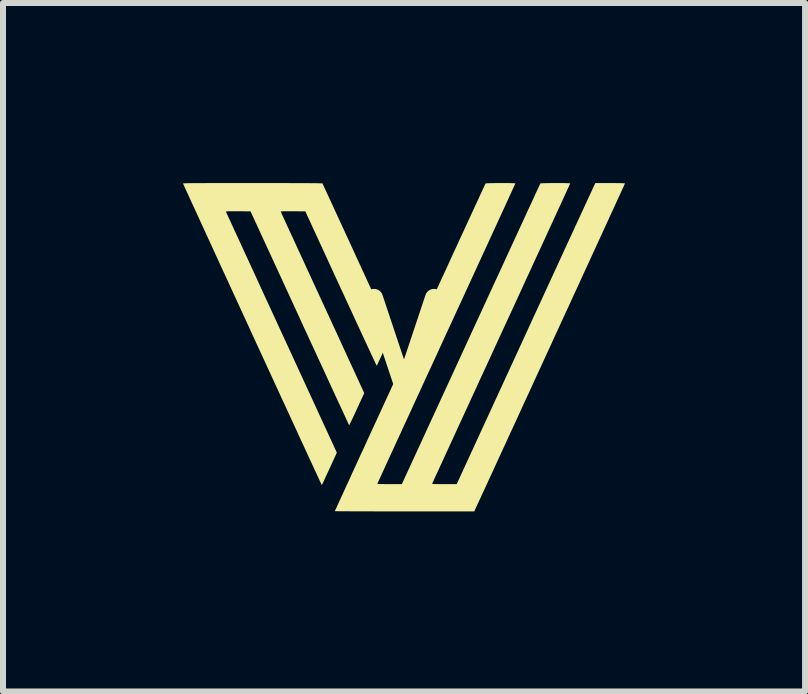
<source format=kicad_pcb>
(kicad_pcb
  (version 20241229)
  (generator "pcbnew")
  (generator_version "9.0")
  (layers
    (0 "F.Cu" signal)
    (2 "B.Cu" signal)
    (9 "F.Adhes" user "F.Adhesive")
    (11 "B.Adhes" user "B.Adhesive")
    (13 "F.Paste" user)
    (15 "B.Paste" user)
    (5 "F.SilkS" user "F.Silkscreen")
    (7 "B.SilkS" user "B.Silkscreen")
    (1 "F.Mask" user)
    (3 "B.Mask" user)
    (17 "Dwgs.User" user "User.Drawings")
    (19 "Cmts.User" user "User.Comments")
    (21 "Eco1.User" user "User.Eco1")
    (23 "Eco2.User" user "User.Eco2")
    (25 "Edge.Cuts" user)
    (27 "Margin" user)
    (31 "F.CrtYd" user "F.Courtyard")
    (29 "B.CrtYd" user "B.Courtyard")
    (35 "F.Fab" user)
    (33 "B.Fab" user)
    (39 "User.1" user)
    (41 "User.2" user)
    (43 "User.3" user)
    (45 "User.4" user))
  (footprint "V"
    (layer "F.Cu")
    (at 3.681 2.735)
    (property "Reference" "V" (at 0 0 0) (layer "F.SilkS") (effects (font (size 1.5 1.5) (thickness 0.3))))
    (attr board_only exclude_from_pos_files exclude_from_bom)
    (fp_poly (pts (xy -2.393 -2.735) (xy -2.273 -2.735) (xy -2.161 -2.735) (xy -2.058 -2.735) (xy -1.964 -2.735) (xy -1.878 -2.734) (xy -1.8 -2.734) (xy -1.729 -2.734) (xy -1.666 -2.734) (xy -1.61 -2.734) (xy -1.56 -2.733) (xy -1.517 -2.733) (xy -1.479 -2.733) (xy -1.447 -2.732) (xy -1.421 -2.732) (xy -1.4 -2.731) (xy -1.384 -2.731) (xy -1.372 -2.73) (xy -1.364 -2.73) (xy -1.36 -2.729) (xy -1.359 -2.729) (xy -1.356 -2.724) (xy -1.35 -2.71) (xy -1.34 -2.689) (xy -1.327 -2.66) (xy -1.31 -2.624) (xy -1.29 -2.581) (xy -1.267 -2.532) (xy -1.242 -2.477) (xy -1.214 -2.417) (xy -1.184 -2.352) (xy -1.152 -2.282) (xy -1.118 -2.208) (xy -1.082 -2.13) (xy -1.045 -2.05) (xy -1.006 -1.966) (xy -0.967 -1.88) (xy -0.926 -1.792) (xy -0.885 -1.703) (xy -0.843 -1.612) (xy -0.802 -1.521) (xy -0.76 -1.43) (xy -0.718 -1.339) (xy -0.676 -1.248) (xy -0.635 -1.159) (xy -0.595 -1.071) (xy -0.555 -0.985) (xy -0.517 -0.902) (xy -0.48 -0.821) (xy -0.444 -0.744) (xy -0.411 -0.67) (xy -0.379 -0.601) (xy -0.349 -0.536) (xy -0.322 -0.476) (xy -0.297 -0.421) (xy -0.274 -0.372) (xy -0.255 -0.33) (xy -0.239 -0.294) (xy -0.226 -0.266) (xy -0.216 -0.245) (xy -0.21 -0.232) (xy -0.209 -0.227) (xy -0.211 -0.222) (xy -0.216 -0.209) (xy -0.225 -0.189) (xy -0.237 -0.163) (xy -0.251 -0.132) (xy -0.267 -0.096) (xy -0.284 -0.058) (xy -0.303 -0.017) (xy -0.322 0.025) (xy -0.341 0.067) (xy -0.361 0.109) (xy -0.379 0.149) (xy -0.397 0.187) (xy -0.413 0.222) (xy -0.427 0.252) (xy -0.438 0.276) (xy -0.447 0.295) (xy -0.452 0.306) (xy -0.454 0.309) (xy -0.456 0.305) (xy -0.463 0.292) (xy -0.473 0.272) (xy -0.486 0.243) (xy -0.503 0.207) (xy -0.523 0.164) (xy -0.547 0.114) (xy -0.573 0.057) (xy -0.602 -0.005) (xy -0.634 -0.074) (xy -0.668 -0.147) (xy -0.705 -0.226) (xy -0.743 -0.31) (xy -0.784 -0.397) (xy -0.826 -0.489) (xy -0.87 -0.585) (xy -0.916 -0.684) (xy -0.963 -0.785) (xy -1.011 -0.89) (xy -1.051 -0.975) (xy -1.644 -2.264) (xy -1.85 -2.265) (xy -1.902 -2.265) (xy -1.945 -2.265) (xy -1.98 -2.265) (xy -2.007 -2.265) (xy -2.027 -2.264) (xy -2.041 -2.263) (xy -2.05 -2.262) (xy -2.054 -2.261) (xy -2.055 -2.26) (xy -2.052 -2.255) (xy -2.046 -2.242) (xy -2.036 -2.22) (xy -2.023 -2.191) (xy -2.006 -2.153) (xy -1.985 -2.109) (xy -1.962 -2.058) (xy -1.935 -2) (xy -1.906 -1.936) (xy -1.873 -1.866) (xy -1.838 -1.79) (xy -1.801 -1.709) (xy -1.762 -1.623) (xy -1.72 -1.533) (xy -1.676 -1.438) (xy -1.631 -1.339) (xy -1.584 -1.237) (xy -1.535 -1.131) (xy -1.485 -1.022) (xy -1.433 -0.91) (xy -1.381 -0.796) (xy -1.365 -0.762) (xy -1.312 -0.647) (xy -1.26 -0.535) (xy -1.21 -0.425) (xy -1.16 -0.318) (xy -1.112 -0.214) (xy -1.066 -0.113) (xy -1.022 -0.017) (xy -0.979 0.076) (xy -0.939 0.164) (xy -0.901 0.247) (xy -0.865 0.324) (xy -0.831 0.397) (xy -0.801 0.463) (xy -0.773 0.524) (xy -0.748 0.578) (xy -0.727 0.625) (xy -0.708 0.665) (xy -0.693 0.698) (xy -0.682 0.722) (xy -0.674 0.739) (xy -0.671 0.747) (xy -0.67 0.748) (xy -0.663 0.766) (xy -0.787 1.035) (xy -0.809 1.083) (xy -0.83 1.128) (xy -0.849 1.169) (xy -0.867 1.206) (xy -0.882 1.238) (xy -0.895 1.264) (xy -0.905 1.284) (xy -0.911 1.296) (xy -0.914 1.3) (xy -0.914 1.3) (xy -0.917 1.295) (xy -0.923 1.282) (xy -0.933 1.261) (xy -0.946 1.231) (xy -0.964 1.194) (xy -0.984 1.149) (xy -1.008 1.098) (xy -1.035 1.039) (xy -1.065 0.974) (xy -1.098 0.903) (xy -1.134 0.826) (xy -1.172 0.744) (xy -1.212 0.656) (xy -1.255 0.563) (xy -1.3 0.465) (xy -1.347 0.363) (xy -1.396 0.257) (xy -1.447 0.147) (xy -1.499 0.033) (xy -1.553 -0.083) (xy -1.608 -0.203) (xy -1.665 -0.325) (xy -1.722 -0.45) (xy -1.737 -0.484) (xy -2.557 -2.264) (xy -2.764 -2.265) (xy -2.816 -2.265) (xy -2.859 -2.265) (xy -2.893 -2.265) (xy -2.92 -2.265) (xy -2.941 -2.264) (xy -2.955 -2.263) (xy -2.963 -2.262) (xy -2.967 -2.261) (xy -2.968 -2.26) (xy -2.966 -2.255) (xy -2.96 -2.242) (xy -2.95 -2.22) (xy -2.936 -2.19) (xy -2.919 -2.153) (xy -2.898 -2.108) (xy -2.874 -2.056) (xy -2.847 -1.997) (xy -2.817 -1.931) (xy -2.783 -1.859) (xy -2.747 -1.781) (xy -2.709 -1.697) (xy -2.668 -1.608) (xy -2.624 -1.513) (xy -2.578 -1.413) (xy -2.53 -1.309) (xy -2.48 -1.201) (xy -2.429 -1.088) (xy -2.375 -0.971) (xy -2.32 -0.851) (xy -2.263 -0.728) (xy -2.205 -0.602) (xy -2.145 -0.473) (xy -2.085 -0.341) (xy -2.042 -0.249) (xy -1.119 1.757) (xy -1.243 2.027) (xy -1.265 2.075) (xy -1.286 2.12) (xy -1.306 2.162) (xy -1.323 2.2) (xy -1.338 2.233) (xy -1.351 2.26) (xy -1.36 2.28) (xy -1.367 2.293) (xy -1.369 2.299) (xy -1.369 2.299) (xy -1.371 2.294) (xy -1.377 2.281) (xy -1.387 2.26) (xy -1.401 2.231) (xy -1.418 2.193) (xy -1.439 2.148) (xy -1.463 2.096) (xy -1.491 2.037) (xy -1.521 1.97) (xy -1.555 1.898) (xy -1.592 1.818) (xy -1.631 1.733) (xy -1.673 1.641) (xy -1.718 1.545) (xy -1.765 1.442) (xy -1.814 1.335) (xy -1.866 1.222) (xy -1.92 1.105) (xy -1.976 0.984) (xy -2.034 0.859) (xy -2.093 0.729) (xy -2.155 0.596) (xy -2.217 0.46) (xy -2.282 0.32) (xy -2.347 0.178) (xy -2.414 0.033) (xy -2.482 -0.114) (xy -2.525 -0.208) (xy -2.593 -0.357) (xy -2.661 -0.504) (xy -2.727 -0.648) (xy -2.792 -0.79) (xy -2.856 -0.928) (xy -2.918 -1.064) (xy -2.979 -1.196) (xy -3.038 -1.324) (xy -3.095 -1.448) (xy -3.15 -1.568) (xy -3.203 -1.684) (xy -3.254 -1.795) (xy -3.303 -1.901) (xy -3.349 -2.002) (xy -3.393 -2.097) (xy -3.434 -2.187) (xy -3.472 -2.27) (xy -3.508 -2.348) (xy -3.541 -2.419) (xy -3.57 -2.483) (xy -3.596 -2.54) (xy -3.619 -2.59) (xy -3.639 -2.633) (xy -3.655 -2.668) (xy -3.667 -2.695) (xy -3.676 -2.714) (xy -3.68 -2.724) (xy -3.681 -2.726) (xy -3.681 -2.727) (xy -3.68 -2.728) (xy -3.678 -2.729) (xy -3.675 -2.729) (xy -3.67 -2.73) (xy -3.662 -2.731) (xy -3.652 -2.731) (xy -3.639 -2.732) (xy -3.623 -2.732) (xy -3.603 -2.733) (xy -3.579 -2.733) (xy -3.55 -2.733) (xy -3.517 -2.734) (xy -3.478 -2.734) (xy -3.434 -2.734) (xy -3.384 -2.734) (xy -3.328 -2.734) (xy -3.266 -2.735) (xy -3.196 -2.735) (xy -3.119 -2.735) (xy -3.035 -2.735) (xy -2.942 -2.735) (xy -2.841 -2.735) (xy -2.731 -2.735) (xy -2.612 -2.735) (xy -2.524 -2.735)) (stroke (width 0) (type solid)) (fill yes) (layer "F.SilkS"))
    (fp_poly (pts (xy 1.666 -2.735) (xy 1.706 -2.735) (xy 1.744 -2.735) (xy 1.778 -2.734) (xy 1.808 -2.733) (xy 1.831 -2.732) (xy 1.847 -2.731) (xy 1.855 -2.73) (xy 1.856 -2.73) (xy 1.854 -2.725) (xy 1.848 -2.712) (xy 1.838 -2.69) (xy 1.824 -2.66) (xy 1.807 -2.622) (xy 1.786 -2.577) (xy 1.762 -2.525) (xy 1.735 -2.465) (xy 1.704 -2.398) (xy 1.671 -2.325) (xy 1.634 -2.245) (xy 1.595 -2.16) (xy 1.553 -2.068) (xy 1.508 -1.971) (xy 1.461 -1.868) (xy 1.412 -1.761) (xy 1.36 -1.648) (xy 1.306 -1.531) (xy 1.25 -1.41) (xy 1.192 -1.284) (xy 1.133 -1.155) (xy 1.072 -1.022) (xy 1.009 -0.885) (xy 0.945 -0.746) (xy 0.879 -0.604) (xy 0.813 -0.459) (xy 0.745 -0.312) (xy 0.707 -0.23) (xy 0.639 -0.082) (xy 0.572 0.064) (xy 0.506 0.208) (xy 0.441 0.349) (xy 0.377 0.487) (xy 0.315 0.622) (xy 0.255 0.754) (xy 0.196 0.881) (xy 0.139 1.005) (xy 0.084 1.125) (xy 0.031 1.24) (xy -0.02 1.35) (xy -0.068 1.456) (xy -0.115 1.556) (xy -0.158 1.651) (xy -0.199 1.74) (xy -0.237 1.823) (xy -0.273 1.9) (xy -0.305 1.97) (xy -0.334 2.034) (xy -0.36 2.091) (xy -0.383 2.14) (xy -0.402 2.182) (xy -0.418 2.217) (xy -0.43 2.243) (xy -0.438 2.261) (xy -0.443 2.271) (xy -0.443 2.272) (xy -0.443 2.274) (xy -0.442 2.276) (xy -0.438 2.277) (xy -0.43 2.278) (xy -0.419 2.279) (xy -0.402 2.28) (xy -0.38 2.28) (xy -0.351 2.28) (xy -0.314 2.281) (xy -0.269 2.281) (xy -0.241 2.281) (xy -0.036 2.281) (xy 1.116 -0.221) (xy 1.184 -0.37) (xy 1.252 -0.516) (xy 1.318 -0.66) (xy 1.383 -0.801) (xy 1.447 -0.94) (xy 1.509 -1.075) (xy 1.57 -1.206) (xy 1.629 -1.334) (xy 1.686 -1.458) (xy 1.741 -1.578) (xy 1.794 -1.693) (xy 1.845 -1.804) (xy 1.894 -1.91) (xy 1.94 -2.01) (xy 1.984 -2.105) (xy 2.025 -2.194) (xy 2.063 -2.278) (xy 2.099 -2.355) (xy 2.132 -2.425) (xy 2.161 -2.489) (xy 2.187 -2.546) (xy 2.21 -2.596) (xy 2.23 -2.638) (xy 2.246 -2.672) (xy 2.258 -2.699) (xy 2.267 -2.717) (xy 2.271 -2.727) (xy 2.272 -2.729) (xy 2.278 -2.73) (xy 2.292 -2.731) (xy 2.314 -2.732) (xy 2.342 -2.733) (xy 2.375 -2.734) (xy 2.412 -2.734) (xy 2.452 -2.735) (xy 2.494 -2.735) (xy 2.537 -2.735) (xy 2.579 -2.735) (xy 2.619 -2.735) (xy 2.657 -2.735) (xy 2.692 -2.734) (xy 2.721 -2.733) (xy 2.744 -2.733) (xy 2.76 -2.731) (xy 2.768 -2.73) (xy 2.769 -2.73) (xy 2.767 -2.725) (xy 2.761 -2.712) (xy 2.751 -2.69) (xy 2.738 -2.66) (xy 2.72 -2.623) (xy 2.7 -2.577) (xy 2.676 -2.525) (xy 2.648 -2.465) (xy 2.618 -2.398) (xy 2.584 -2.325) (xy 2.547 -2.245) (xy 2.508 -2.16) (xy 2.466 -2.068) (xy 2.421 -1.971) (xy 2.374 -1.868) (xy 2.325 -1.761) (xy 2.273 -1.648) (xy 2.219 -1.531) (xy 2.163 -1.41) (xy 2.106 -1.284) (xy 2.046 -1.155) (xy 1.985 -1.022) (xy 1.922 -0.885) (xy 1.858 -0.746) (xy 1.793 -0.604) (xy 1.726 -0.459) (xy 1.658 -0.312) (xy 1.621 -0.231) (xy 1.552 -0.082) (xy 1.485 0.064) (xy 1.419 0.208) (xy 1.354 0.349) (xy 1.29 0.487) (xy 1.228 0.622) (xy 1.168 0.753) (xy 1.109 0.881) (xy 1.052 1.005) (xy 0.997 1.125) (xy 0.944 1.24) (xy 0.893 1.35) (xy 0.845 1.456) (xy 0.799 1.556) (xy 0.755 1.651) (xy 0.714 1.74) (xy 0.676 1.823) (xy 0.641 1.9) (xy 0.608 1.97) (xy 0.579 2.034) (xy 0.553 2.091) (xy 0.53 2.14) (xy 0.511 2.182) (xy 0.495 2.217) (xy 0.483 2.243) (xy 0.475 2.261) (xy 0.471 2.271) (xy 0.47 2.272) (xy 0.47 2.274) (xy 0.471 2.276) (xy 0.475 2.277) (xy 0.483 2.278) (xy 0.494 2.279) (xy 0.511 2.28) (xy 0.533 2.28) (xy 0.562 2.28) (xy 0.599 2.281) (xy 0.644 2.281) (xy 0.673 2.281) (xy 0.878 2.281) (xy 2.027 -0.216) (xy 2.095 -0.365) (xy 2.162 -0.511) (xy 2.229 -0.655) (xy 2.294 -0.796) (xy 2.357 -0.934) (xy 2.419 -1.069) (xy 2.48 -1.201) (xy 2.539 -1.329) (xy 2.596 -1.453) (xy 2.651 -1.573) (xy 2.704 -1.688) (xy 2.755 -1.799) (xy 2.804 -1.904) (xy 2.85 -2.005) (xy 2.894 -2.1) (xy 2.935 -2.189) (xy 2.974 -2.272) (xy 3.009 -2.35) (xy 3.042 -2.42) (xy 3.071 -2.484) (xy 3.098 -2.541) (xy 3.121 -2.591) (xy 3.14 -2.633) (xy 3.156 -2.668) (xy 3.168 -2.694) (xy 3.177 -2.712) (xy 3.182 -2.722) (xy 3.182 -2.724) (xy 3.189 -2.735) (xy 3.436 -2.735) (xy 3.5 -2.735) (xy 3.554 -2.734) (xy 3.598 -2.734) (xy 3.633 -2.733) (xy 3.659 -2.732) (xy 3.675 -2.731) (xy 3.682 -2.73) (xy 3.682 -2.73) (xy 3.68 -2.725) (xy 3.674 -2.712) (xy 3.665 -2.691) (xy 3.651 -2.661) (xy 3.634 -2.624) (xy 3.614 -2.58) (xy 3.59 -2.528) (xy 3.563 -2.469) (xy 3.533 -2.404) (xy 3.501 -2.333) (xy 3.465 -2.256) (xy 3.427 -2.173) (xy 3.387 -2.085) (xy 3.344 -1.992) (xy 3.299 -1.893) (xy 3.252 -1.791) (xy 3.203 -1.684) (xy 3.152 -1.574) (xy 3.1 -1.459) (xy 3.046 -1.342) (xy 2.99 -1.221) (xy 2.934 -1.098) (xy 2.876 -0.972) (xy 2.817 -0.845) (xy 2.758 -0.715) (xy 2.697 -0.584) (xy 2.636 -0.451) (xy 2.575 -0.318) (xy 2.513 -0.184) (xy 2.452 -0.049) (xy 2.39 0.085) (xy 2.328 0.22) (xy 2.267 0.353) (xy 2.205 0.486) (xy 2.145 0.618) (xy 2.085 0.749) (xy 2.025 0.878) (xy 1.967 1.005) (xy 1.91 1.129) (xy 1.854 1.252) (xy 1.799 1.371) (xy 1.745 1.487) (xy 1.694 1.6) (xy 1.643 1.709) (xy 1.595 1.814) (xy 1.549 1.914) (xy 1.505 2.01) (xy 1.463 2.102) (xy 1.423 2.188) (xy 1.386 2.268) (xy 1.352 2.343) (xy 1.32 2.411) (xy 1.291 2.474) (xy 1.266 2.529) (xy 1.243 2.578) (xy 1.224 2.619) (xy 1.208 2.653) (xy 1.196 2.679) (xy 1.193 2.687) (xy 1.171 2.735) (xy 0.009 2.735) (xy -0.097 2.735) (xy -0.2 2.735) (xy -0.3 2.735) (xy -0.397 2.735) (xy -0.49 2.735) (xy -0.578 2.734) (xy -0.662 2.734) (xy -0.741 2.734) (xy -0.814 2.734) (xy -0.881 2.734) (xy -0.942 2.733) (xy -0.996 2.733) (xy -1.043 2.733) (xy -1.082 2.733) (xy -1.113 2.732) (xy -1.135 2.732) (xy -1.148 2.732) (xy -1.153 2.731) (xy -1.151 2.727) (xy -1.145 2.714) (xy -1.135 2.692) (xy -1.121 2.663) (xy -1.104 2.625) (xy -1.084 2.581) (xy -1.06 2.529) (xy -1.033 2.47) (xy -1.003 2.405) (xy -0.971 2.334) (xy -0.935 2.257) (xy -0.897 2.174) (xy -0.857 2.085) (xy -0.814 1.992) (xy -0.769 1.894) (xy -0.722 1.791) (xy -0.672 1.685) (xy -0.622 1.574) (xy -0.569 1.459) (xy -0.515 1.342) (xy -0.459 1.221) (xy -0.403 1.098) (xy -0.345 0.972) (xy -0.286 0.844) (xy -0.226 0.714) (xy -0.166 0.583) (xy -0.105 0.45) (xy -0.043 0.316) (xy 0.018 0.182) (xy 0.08 0.047) (xy 0.142 -0.088) (xy 0.204 -0.222) (xy 0.266 -0.356) (xy 0.327 -0.49) (xy 0.388 -0.622) (xy 0.448 -0.753) (xy 0.508 -0.882) (xy 0.567 -1.01) (xy 0.624 -1.135) (xy 0.681 -1.257) (xy 0.736 -1.377) (xy 0.789 -1.494) (xy 0.841 -1.607) (xy 0.892 -1.716) (xy 0.94 -1.822) (xy 0.987 -1.923) (xy 1.032 -2.02) (xy 1.074 -2.112) (xy 1.114 -2.198) (xy 1.151 -2.279) (xy 1.186 -2.355) (xy 1.218 -2.424) (xy 1.247 -2.487) (xy 1.273 -2.544) (xy 1.296 -2.593) (xy 1.315 -2.635) (xy 1.332 -2.67) (xy 1.344 -2.697) (xy 1.353 -2.716) (xy 1.358 -2.727) (xy 1.359 -2.729) (xy 1.365 -2.73) (xy 1.379 -2.731) (xy 1.401 -2.732) (xy 1.429 -2.733) (xy 1.462 -2.734) (xy 1.499 -2.734) (xy 1.539 -2.735) (xy 1.581 -2.735) (xy 1.623 -2.735)) (stroke (width 0) (type solid)) (fill yes) (layer "F.SilkS")))
  (gr_rect
    (start -3 -3)
    (end 10.363 8.47)
    (stroke (width 0.1) (type default))
    (fill no)
    (layer "Edge.Cuts")))
</source>
